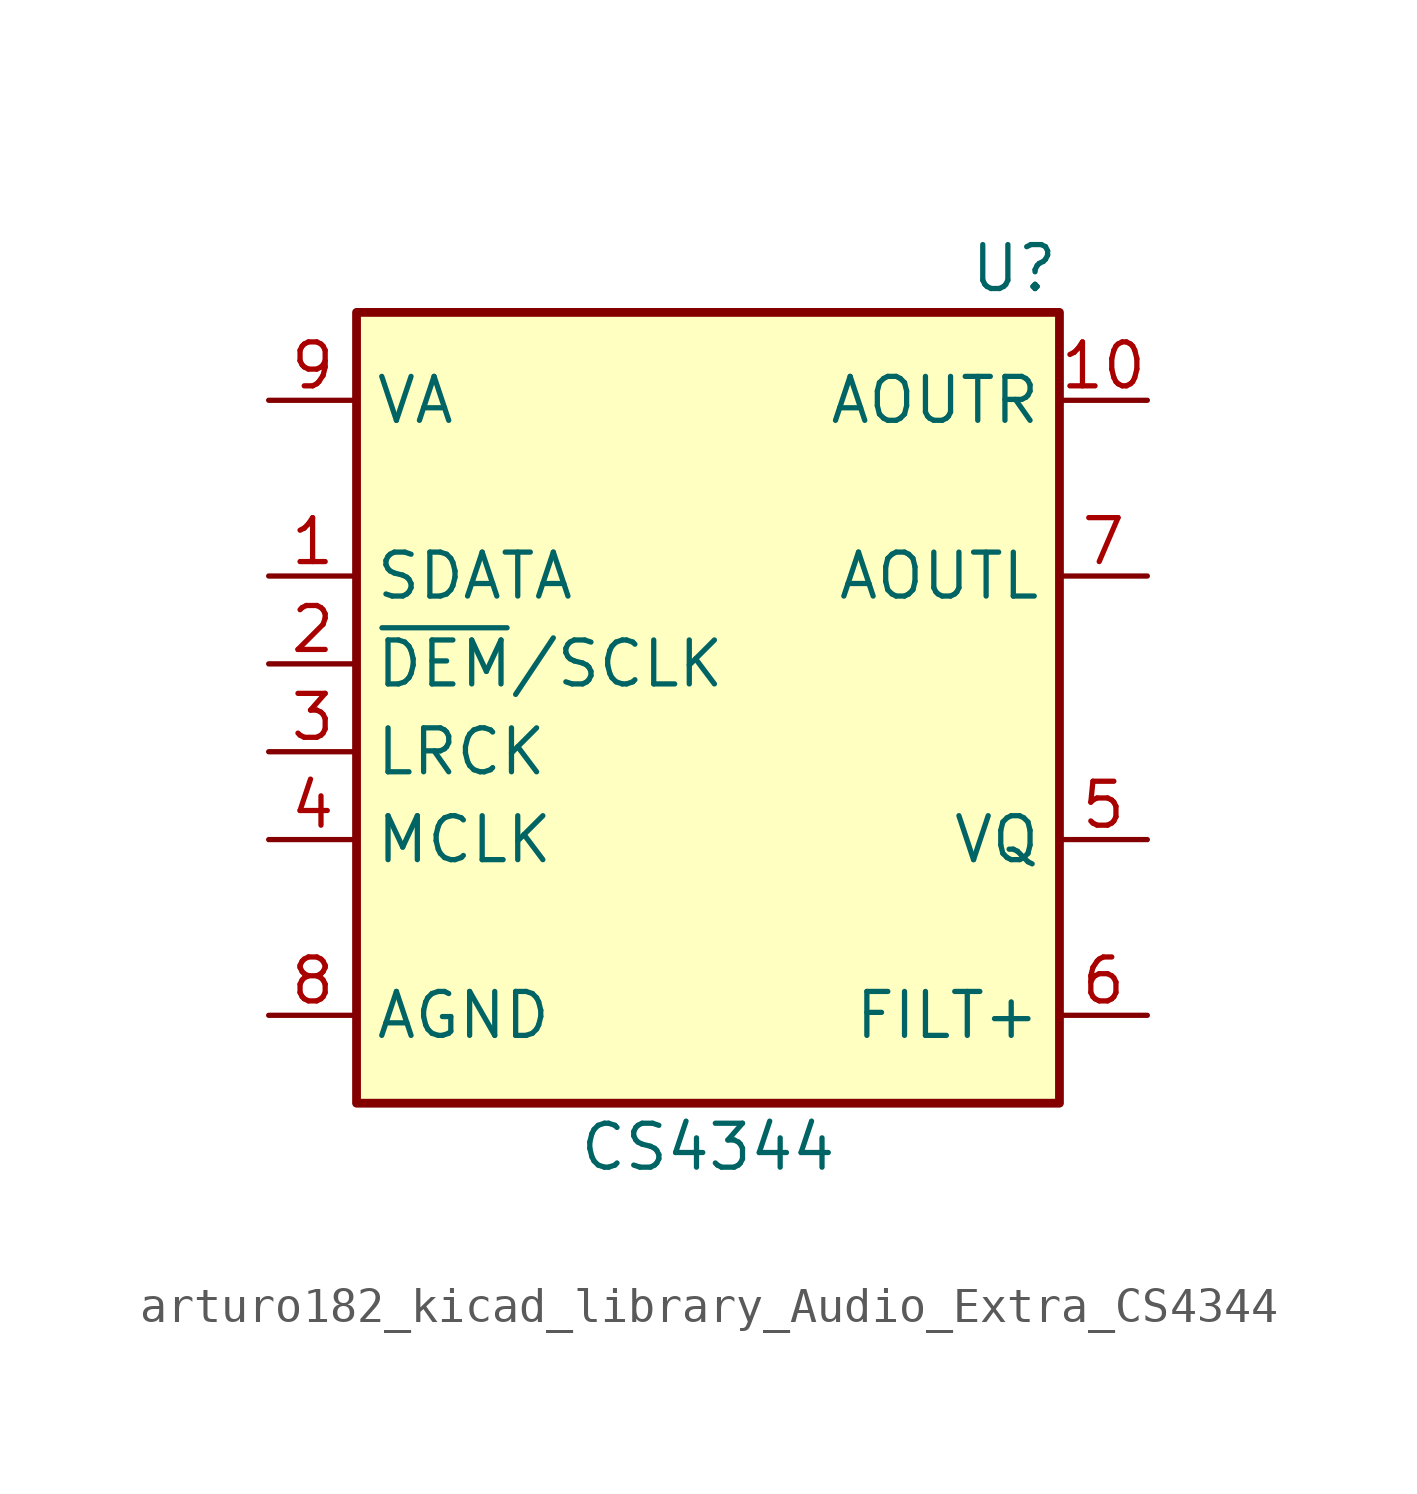
<source format=kicad_sym>
(kicad_symbol_lib
  (version 20220914)
  (generator kicad_symbol_editor)
  (symbol "arturo182_kicad_library_Audio_Extra_CS4344"
    (property "Reference" "U"
      (at 10.16 12.7 0)
      (effects (font (size 1.27 1.27)) (justify right)))
    (property "Value" "CS4344"
      (at 0 -12.7 0)
      (effects (font (size 1.27 1.27))))
    (symbol "arturo182_kicad_library_Audio_Extra_CS4344_0_0"
      (pin output line (at 12.7 -3.81 180) (length 2.54) (name "VQ" (effects (font (size 1.27 1.27)))) (number "5" (effects (font (size 1.27 1.27)))))
      (pin output line (at 12.7 -8.89 180) (length 2.54) (name "FILT+" (effects (font (size 1.27 1.27)))) (number "6" (effects (font (size 1.27 1.27))))))
    (symbol "arturo182_kicad_library_Audio_Extra_CS4344_0_1"
      (rectangle (start -10.16 11.43) (end 10.16 -11.43) (stroke (width 0.254) (type default) (color 0 0 0 0)) (fill (type background))))
    (symbol "arturo182_kicad_library_Audio_Extra_CS4344_1_1"
      (pin input line (at -12.7 3.81 0) (length 2.54) (name "SDATA" (effects (font (size 1.27 1.27)))) (number "1" (effects (font (size 1.27 1.27)))))
      (pin output line (at 12.7 8.89 180) (length 2.54) (name "AOUTR" (effects (font (size 1.27 1.27)))) (number "10" (effects (font (size 1.27 1.27)))))
      (pin input line (at -12.7 1.27 0) (length 2.54) (name "~{DEM}/SCLK" (effects (font (size 1.27 1.27)))) (number "2" (effects (font (size 1.27 1.27)))))
      (pin input line (at -12.7 -1.27 0) (length 2.54) (name "LRCK" (effects (font (size 1.27 1.27)))) (number "3" (effects (font (size 1.27 1.27)))))
      (pin input line (at -12.7 -3.81 0) (length 2.54) (name "MCLK" (effects (font (size 1.27 1.27)))) (number "4" (effects (font (size 1.27 1.27)))))
      (pin output line (at 12.7 3.81 180) (length 2.54) (name "AOUTL" (effects (font (size 1.27 1.27)))) (number "7" (effects (font (size 1.27 1.27)))))
      (pin power_in line (at -12.7 -8.89 0) (length 2.54) (name "AGND" (effects (font (size 1.27 1.27)))) (number "8" (effects (font (size 1.27 1.27)))))
      (pin power_in line (at -12.7 8.89 0) (length 2.54) (name "VA" (effects (font (size 1.27 1.27)))) (number "9" (effects (font (size 1.27 1.27))))))))
</source>
